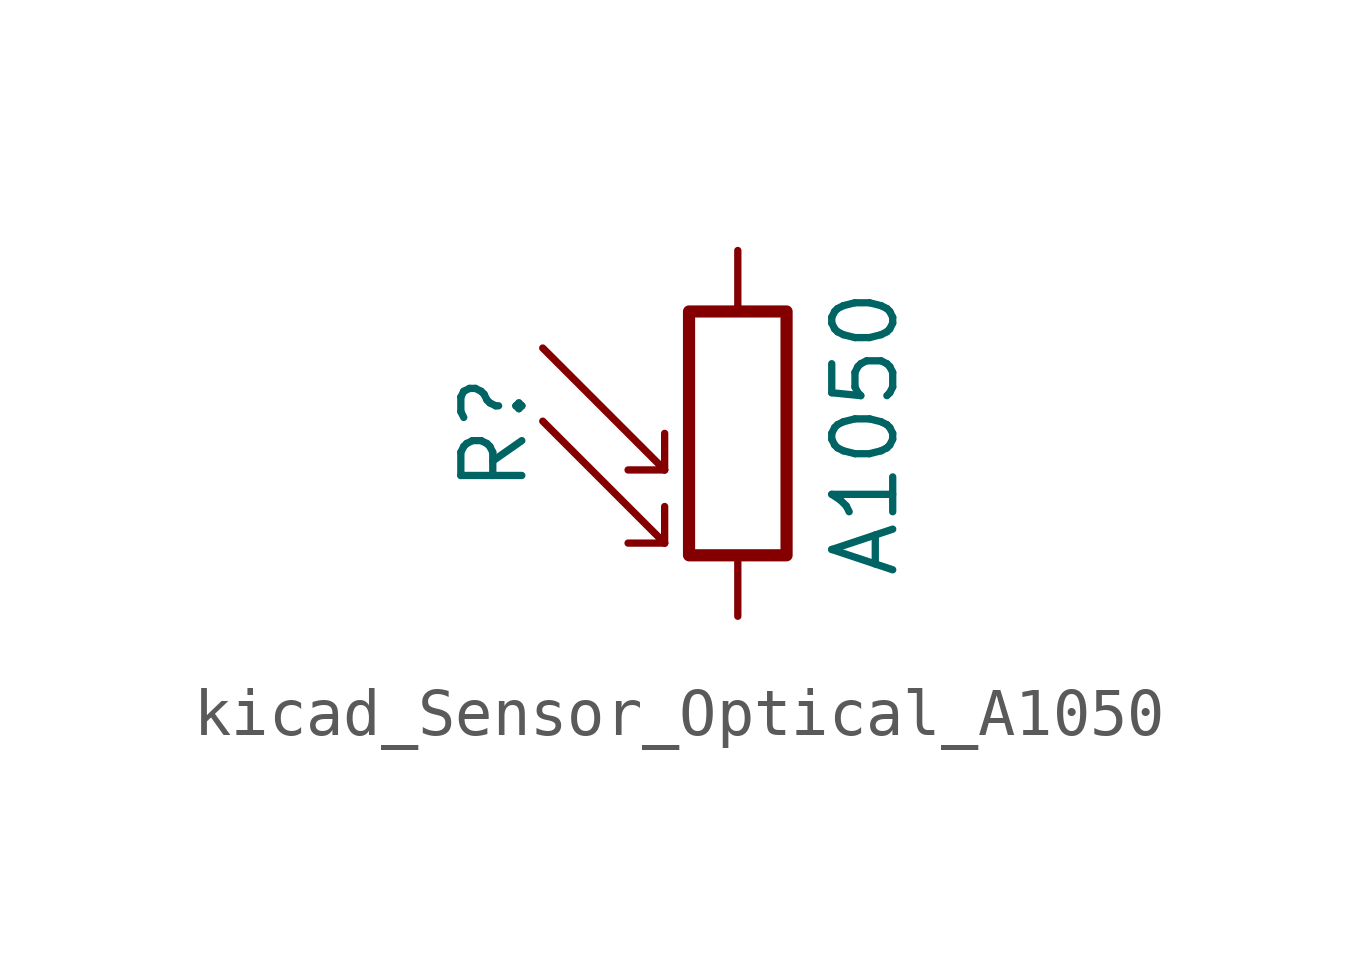
<source format=kicad_sym>
(kicad_symbol_lib
  (version 20220914)
  (generator kicad_symbol_editor)
  (symbol "kicad_Sensor_Optical_A1050"
    (pin_numbers hide)
    (pin_names
      (offset 0))
    (property "Reference" "R"
      (at -5.08 0 90)
      (effects (font (size 1.27 1.27))))
    (property "Value" "A1050"
      (at 1.905 0 90)
      (effects (font (size 1.27 1.27)) (justify top)))
    (symbol "kicad_Sensor_Optical_A1050_0_1"
      (rectangle (start -1.016 2.54) (end 1.016 -2.54) (stroke (width 0.254) (type default)) (fill (type none)))
      (polyline (pts (xy -1.524 -2.286) (xy -4.064 0.254)) (stroke (width 0) (type default)) (fill (type none)))
      (polyline (pts (xy -1.524 -2.286) (xy -2.286 -2.286)) (stroke (width 0) (type default)) (fill (type none)))
      (polyline (pts (xy -1.524 -2.286) (xy -1.524 -1.524)) (stroke (width 0) (type default)) (fill (type none)))
      (polyline (pts (xy -1.524 -0.762) (xy -4.064 1.778)) (stroke (width 0) (type default)) (fill (type none)))
      (polyline (pts (xy -1.524 -0.762) (xy -2.286 -0.762)) (stroke (width 0) (type default)) (fill (type none)))
      (polyline (pts (xy -1.524 -0.762) (xy -1.524 0)) (stroke (width 0) (type default)) (fill (type none))))
    (symbol "kicad_Sensor_Optical_A1050_1_1"
      (pin passive line (at 0 3.81 270) (length 1.27) (name "~" (effects (font (size 1.27 1.27)))) (number "1" (effects (font (size 1.27 1.27)))))
      (pin passive line (at 0 -3.81 90) (length 1.27) (name "~" (effects (font (size 1.27 1.27)))) (number "2" (effects (font (size 1.27 1.27))))))))
</source>
